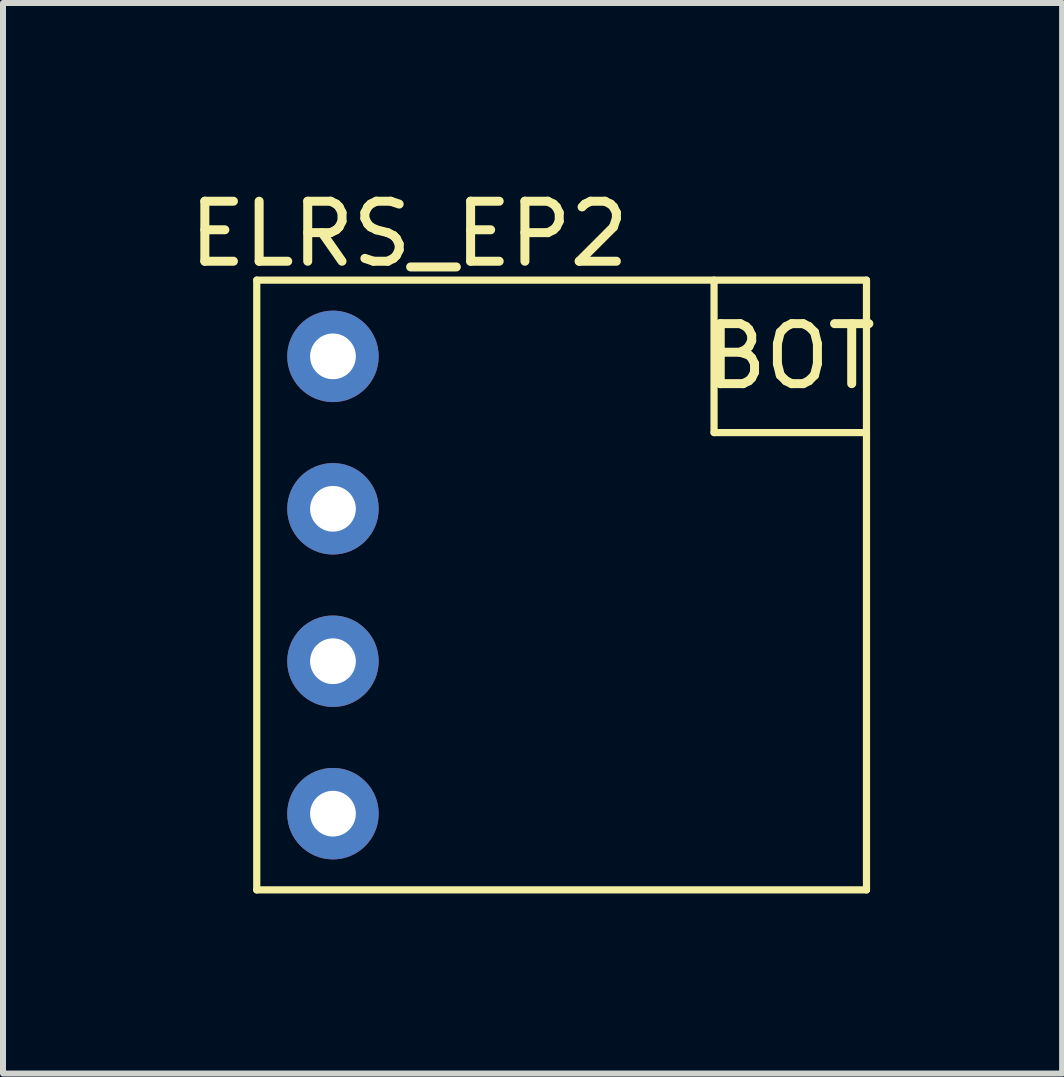
<source format=kicad_pcb>
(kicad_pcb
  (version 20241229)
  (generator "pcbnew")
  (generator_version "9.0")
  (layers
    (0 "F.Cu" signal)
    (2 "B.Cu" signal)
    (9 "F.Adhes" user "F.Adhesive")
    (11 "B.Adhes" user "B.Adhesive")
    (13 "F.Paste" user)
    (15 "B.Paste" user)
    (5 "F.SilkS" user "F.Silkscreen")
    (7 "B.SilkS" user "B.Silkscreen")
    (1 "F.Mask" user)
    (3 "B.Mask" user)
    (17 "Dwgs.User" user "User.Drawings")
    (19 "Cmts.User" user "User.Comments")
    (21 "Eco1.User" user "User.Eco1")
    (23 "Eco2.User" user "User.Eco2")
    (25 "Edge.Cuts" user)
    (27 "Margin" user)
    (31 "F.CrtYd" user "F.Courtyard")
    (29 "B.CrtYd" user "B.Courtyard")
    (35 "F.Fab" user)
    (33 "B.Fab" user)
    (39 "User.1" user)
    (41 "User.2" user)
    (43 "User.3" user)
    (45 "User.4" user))
  (footprint "ELRS_EP2"
    (layer "F.Cu")
    (at 6.308 6.698)
    (property "Reference" "ELRS_EP2" (at -2.54 -5.85 0) (layer "F.SilkS") (effects (font (size 1 1) (thickness 0.15))))
    (attr through_hole)
    (fp_line (start -5.08 -5.08) (end 5.08 -5.08) (stroke (width 0.12) (type solid)) (layer "F.SilkS"))
    (fp_line (start -5.08 5.08) (end -5.08 -5.08) (stroke (width 0.12) (type solid)) (layer "F.SilkS"))
    (fp_line (start 2.54 -5.08) (end 2.54 -2.54) (stroke (width 0.12) (type solid)) (layer "F.SilkS"))
    (fp_line (start 2.54 -2.54) (end 5.08 -2.54) (stroke (width 0.12) (type solid)) (layer "F.SilkS"))
    (fp_line (start 5.08 -5.08) (end 5.08 5.08) (stroke (width 0.12) (type solid)) (layer "F.SilkS"))
    (fp_line (start 5.08 5.08) (end -5.08 5.08) (stroke (width 0.12) (type solid)) (layer "F.SilkS"))
    (fp_text user "BOT" (at 3.81 -3.81 0) (layer "F.SilkS") (effects (font (size 1 1) (thickness 0.15))))
    (pad "1" thru_hole circle (at -3.81 -3.81) (size 1.524 1.524) (drill 0.762) (layers "*.Cu" "*.Mask"))
    (pad "2" thru_hole circle (at -3.81 -1.27) (size 1.524 1.524) (drill 0.762) (layers "*.Cu" "*.Mask"))
    (pad "3" thru_hole circle (at -3.81 1.27) (size 1.524 1.524) (drill 0.762) (layers "*.Cu" "*.Mask"))
    (pad "4" thru_hole circle (at -3.81 3.81) (size 1.524 1.524) (drill 0.762) (layers "*.Cu" "*.Mask")))
  (gr_rect
    (start -3 -3)
    (end 14.648 14.838)
    (stroke (width 0.1) (type default))
    (fill no)
    (layer "Edge.Cuts")))
</source>
